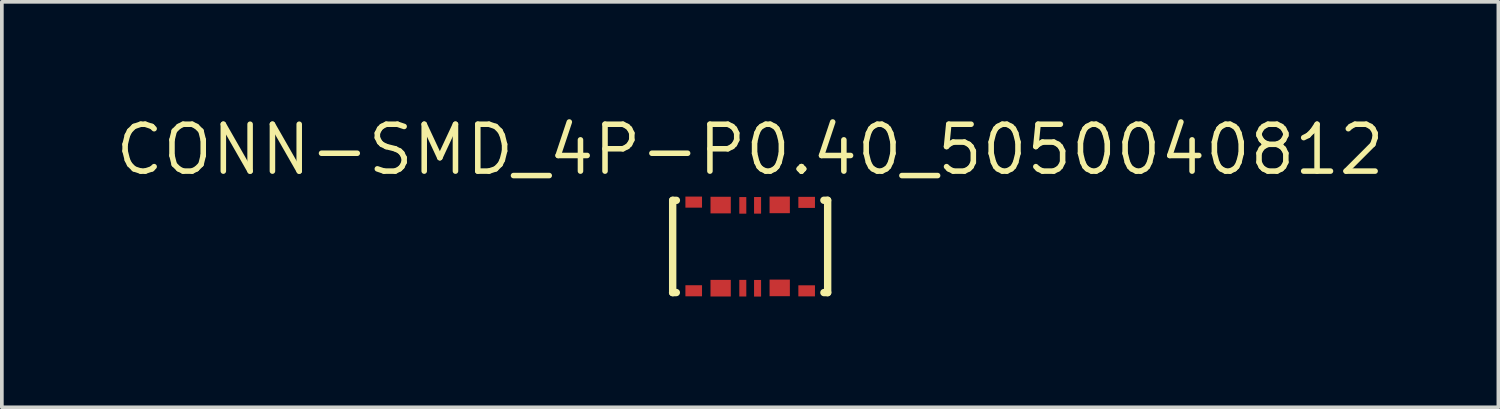
<source format=kicad_pcb>
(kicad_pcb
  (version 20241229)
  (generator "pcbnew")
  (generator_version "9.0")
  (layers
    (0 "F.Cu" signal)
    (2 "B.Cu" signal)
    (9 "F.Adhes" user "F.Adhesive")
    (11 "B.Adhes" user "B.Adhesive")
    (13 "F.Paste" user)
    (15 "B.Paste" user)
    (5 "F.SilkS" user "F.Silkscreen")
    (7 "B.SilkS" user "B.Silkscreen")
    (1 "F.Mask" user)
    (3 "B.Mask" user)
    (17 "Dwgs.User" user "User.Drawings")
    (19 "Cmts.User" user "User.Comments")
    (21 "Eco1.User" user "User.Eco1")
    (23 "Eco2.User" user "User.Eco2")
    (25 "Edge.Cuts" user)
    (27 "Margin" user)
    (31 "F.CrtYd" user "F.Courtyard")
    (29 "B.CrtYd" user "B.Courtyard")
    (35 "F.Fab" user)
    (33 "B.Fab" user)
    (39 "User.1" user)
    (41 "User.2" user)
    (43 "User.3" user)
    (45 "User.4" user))
  (footprint "CONN-SMD_4P-P0.40_5050040812"
    (layer "F.Cu")
    (at 17.275 3.628)
    (property "Reference" "CONN-SMD_4P-P0.40_5050040812" (at -0.002 -2.622 0) (layer "F.SilkS") (effects (font (size 1.27 1.27) (thickness 0.15))))
    (attr smd)
    (fp_line (start -2.102 1.248) (end -2.002 1.248) (stroke (width 0.2) (type solid)) (layer "F.SilkS"))
    (fp_line (start -2.1 -1.25) (end -2.1 1.25) (stroke (width 0.2) (type solid)) (layer "F.SilkS"))
    (fp_line (start -2.1 -1.25) (end -2 -1.25) (stroke (width 0.2) (type solid)) (layer "F.SilkS"))
    (fp_line (start 1.997 -1.252) (end 2.097 -1.252) (stroke (width 0.2) (type solid)) (layer "F.SilkS"))
    (fp_line (start 1.998 1.249) (end 2.099 1.249) (stroke (width 0.2) (type solid)) (layer "F.SilkS"))
    (fp_line (start 2.099 -1.25) (end 2.099 1.25) (stroke (width 0.2) (type solid)) (layer "F.SilkS"))
    (fp_text user "" (at 0 0 0) (layer "Cmts.User") (effects (font (size 1 1) (thickness 0.15))))
    (pad "0" smd rect (at -1.53 -1.202) (size 0.45 0.3) (layers "F.Cu" "F.Mask" "F.Paste"))
    (pad "0" smd rect (at -1.53 1.2) (size 0.45 0.3) (layers "F.Cu" "F.Mask" "F.Paste"))
    (pad "0" smd rect (at 1.53 -1.195) (size 0.45 0.3) (layers "F.Cu" "F.Mask" "F.Paste"))
    (pad "0" smd rect (at 1.53 1.202) (size 0.45 0.3) (layers "F.Cu" "F.Mask" "F.Paste"))
    (pad "1" smd rect (at -0.2 -1.114) (size 0.19 0.45) (layers "F.Cu" "F.Mask" "F.Paste"))
    (pad "2" smd rect (at 0.2 -1.115) (size 0.19 0.45) (layers "F.Cu" "F.Mask" "F.Paste"))
    (pad "3" smd rect (at -0.2 1.13) (size 0.19 0.45) (layers "F.Cu" "F.Mask" "F.Paste"))
    (pad "4" smd rect (at 0.2 1.132) (size 0.19 0.45) (layers "F.Cu" "F.Mask" "F.Paste"))
    (pad "5" smd rect (at -0.8 -1.122) (size 0.55 0.45) (layers "F.Cu" "F.Mask" "F.Paste"))
    (pad "6" smd rect (at 0.8 -1.127) (size 0.55 0.45) (layers "F.Cu" "F.Mask" "F.Paste"))
    (pad "7" smd rect (at -0.8 1.13) (size 0.55 0.45) (layers "F.Cu" "F.Mask" "F.Paste"))
    (pad "8" smd rect (at 0.8 1.122) (size 0.55 0.45) (layers "F.Cu" "F.Mask" "F.Paste")))
  (gr_rect
    (start -3 -3)
    (end 37.546 7.985)
    (stroke (width 0.1) (type default))
    (fill no)
    (layer "Edge.Cuts")))
</source>
